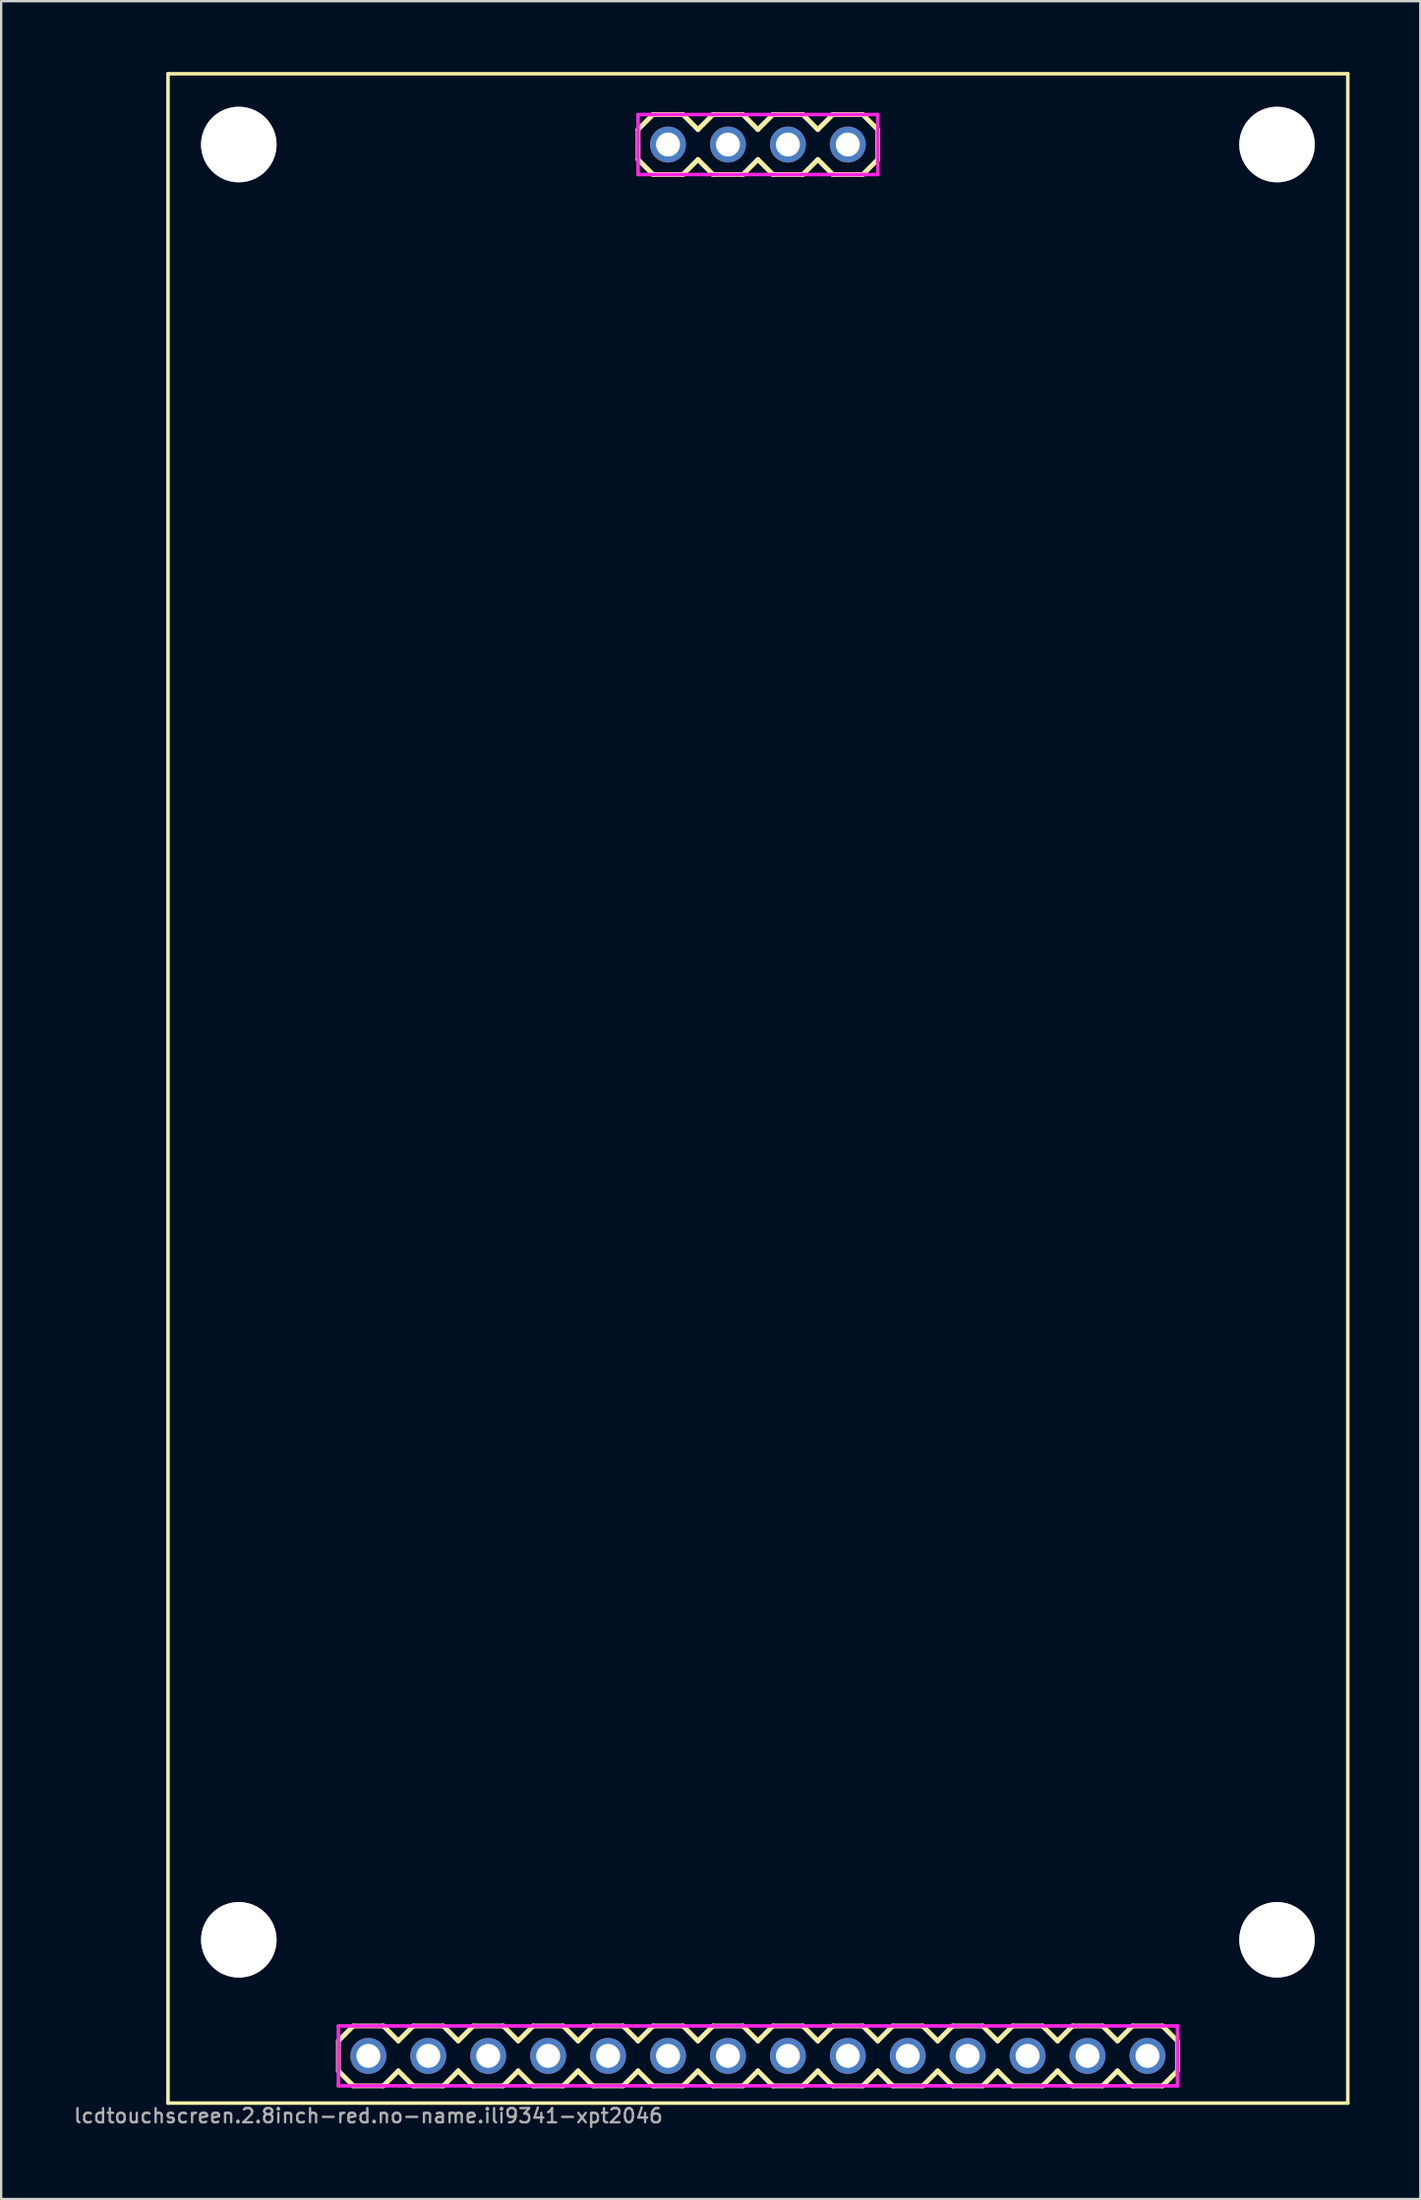
<source format=kicad_pcb>
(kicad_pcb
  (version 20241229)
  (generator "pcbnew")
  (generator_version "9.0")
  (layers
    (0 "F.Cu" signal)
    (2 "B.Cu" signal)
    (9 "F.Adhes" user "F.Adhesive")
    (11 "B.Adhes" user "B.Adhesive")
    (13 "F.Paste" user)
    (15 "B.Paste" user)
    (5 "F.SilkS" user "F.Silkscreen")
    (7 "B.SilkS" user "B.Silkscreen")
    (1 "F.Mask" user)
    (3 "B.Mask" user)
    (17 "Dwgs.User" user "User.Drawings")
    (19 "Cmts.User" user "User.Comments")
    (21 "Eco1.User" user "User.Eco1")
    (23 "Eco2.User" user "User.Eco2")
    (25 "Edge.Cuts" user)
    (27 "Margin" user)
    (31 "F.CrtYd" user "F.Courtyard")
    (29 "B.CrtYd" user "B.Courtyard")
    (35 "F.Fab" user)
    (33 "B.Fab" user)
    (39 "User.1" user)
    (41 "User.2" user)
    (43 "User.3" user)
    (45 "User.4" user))
  (footprint "lcdtouchscreen.2.8inch-red.no-name.ili9341-xpt2046"
    (layer "F.Cu")
    (at 12.561 84.075)
    (property "Reference" "lcdtouchscreen.2.8inch-red.no-name.ili9341-xpt2046" (at 0 2.54 0) (layer "F.Fab") (effects (font (size 0.6 0.6) (thickness 0.1))))
    (attr through_hole)
    (fp_line (start -8.49 -84) (end 41.51 -84) (stroke (width 0.15) (type solid)) (layer "F.SilkS"))
    (fp_line (start -8.49 2) (end -8.49 -84) (stroke (width 0.15) (type solid)) (layer "F.SilkS"))
    (fp_line (start -8.49 2) (end 41.51 2) (stroke (width 0.15) (type solid)) (layer "F.SilkS"))
    (fp_line (start -1.27 -0.635) (end -1.27 0.635) (stroke (width 0.203) (type solid)) (layer "F.SilkS"))
    (fp_line (start -1.27 0.635) (end -0.635 1.27) (stroke (width 0.203) (type solid)) (layer "F.SilkS"))
    (fp_line (start -0.635 -1.27) (end -1.27 -0.635) (stroke (width 0.203) (type solid)) (layer "F.SilkS"))
    (fp_line (start -0.635 -1.27) (end 0.635 -1.27) (stroke (width 0.203) (type solid)) (layer "F.SilkS"))
    (fp_line (start 0.635 -1.27) (end 1.27 -0.635) (stroke (width 0.203) (type solid)) (layer "F.SilkS"))
    (fp_line (start 0.635 1.27) (end -0.635 1.27) (stroke (width 0.203) (type solid)) (layer "F.SilkS"))
    (fp_line (start 1.27 -0.635) (end 1.905 -1.27) (stroke (width 0.203) (type solid)) (layer "F.SilkS"))
    (fp_line (start 1.27 0.635) (end 0.635 1.27) (stroke (width 0.203) (type solid)) (layer "F.SilkS"))
    (fp_line (start 1.905 -1.27) (end 3.175 -1.27) (stroke (width 0.203) (type solid)) (layer "F.SilkS"))
    (fp_line (start 1.905 1.27) (end 1.27 0.635) (stroke (width 0.203) (type solid)) (layer "F.SilkS"))
    (fp_line (start 3.175 -1.27) (end 3.81 -0.635) (stroke (width 0.203) (type solid)) (layer "F.SilkS"))
    (fp_line (start 3.175 1.27) (end 1.905 1.27) (stroke (width 0.203) (type solid)) (layer "F.SilkS"))
    (fp_line (start 3.81 -0.635) (end 4.445 -1.27) (stroke (width 0.203) (type solid)) (layer "F.SilkS"))
    (fp_line (start 3.81 0.635) (end 3.175 1.27) (stroke (width 0.203) (type solid)) (layer "F.SilkS"))
    (fp_line (start 4.445 -1.27) (end 5.715 -1.27) (stroke (width 0.203) (type solid)) (layer "F.SilkS"))
    (fp_line (start 4.445 1.27) (end 3.81 0.635) (stroke (width 0.203) (type solid)) (layer "F.SilkS"))
    (fp_line (start 5.715 -1.27) (end 6.35 -0.635) (stroke (width 0.203) (type solid)) (layer "F.SilkS"))
    (fp_line (start 5.715 1.27) (end 4.445 1.27) (stroke (width 0.203) (type solid)) (layer "F.SilkS"))
    (fp_line (start 6.35 0.635) (end 5.715 1.27) (stroke (width 0.203) (type solid)) (layer "F.SilkS"))
    (fp_line (start 6.35 0.635) (end 6.985 1.27) (stroke (width 0.203) (type solid)) (layer "F.SilkS"))
    (fp_line (start 6.985 -1.27) (end 6.35 -0.635) (stroke (width 0.203) (type solid)) (layer "F.SilkS"))
    (fp_line (start 6.985 -1.27) (end 8.255 -1.27) (stroke (width 0.203) (type solid)) (layer "F.SilkS"))
    (fp_line (start 8.255 -1.27) (end 8.89 -0.635) (stroke (width 0.203) (type solid)) (layer "F.SilkS"))
    (fp_line (start 8.255 1.27) (end 6.985 1.27) (stroke (width 0.203) (type solid)) (layer "F.SilkS"))
    (fp_line (start 8.89 -0.635) (end 9.525 -1.27) (stroke (width 0.203) (type solid)) (layer "F.SilkS"))
    (fp_line (start 8.89 0.635) (end 8.255 1.27) (stroke (width 0.203) (type solid)) (layer "F.SilkS"))
    (fp_line (start 9.525 -1.27) (end 10.795 -1.27) (stroke (width 0.203) (type solid)) (layer "F.SilkS"))
    (fp_line (start 9.525 1.27) (end 8.89 0.635) (stroke (width 0.203) (type solid)) (layer "F.SilkS"))
    (fp_line (start 10.795 -1.27) (end 11.43 -0.635) (stroke (width 0.203) (type solid)) (layer "F.SilkS"))
    (fp_line (start 10.795 1.27) (end 9.525 1.27) (stroke (width 0.203) (type solid)) (layer "F.SilkS"))
    (fp_line (start 11.43 -81.635) (end 11.43 -80.365) (stroke (width 0.203) (type solid)) (layer "F.SilkS"))
    (fp_line (start 11.43 -80.365) (end 12.065 -79.73) (stroke (width 0.203) (type solid)) (layer "F.SilkS"))
    (fp_line (start 11.43 -0.635) (end 12.065 -1.27) (stroke (width 0.203) (type solid)) (layer "F.SilkS"))
    (fp_line (start 11.43 0.635) (end 10.795 1.27) (stroke (width 0.203) (type solid)) (layer "F.SilkS"))
    (fp_line (start 12.065 -82.27) (end 11.43 -81.635) (stroke (width 0.203) (type solid)) (layer "F.SilkS"))
    (fp_line (start 12.065 -82.27) (end 13.335 -82.27) (stroke (width 0.203) (type solid)) (layer "F.SilkS"))
    (fp_line (start 12.065 -1.27) (end 13.335 -1.27) (stroke (width 0.203) (type solid)) (layer "F.SilkS"))
    (fp_line (start 12.065 1.27) (end 11.43 0.635) (stroke (width 0.203) (type solid)) (layer "F.SilkS"))
    (fp_line (start 13.335 -82.27) (end 13.97 -81.635) (stroke (width 0.203) (type solid)) (layer "F.SilkS"))
    (fp_line (start 13.335 -79.73) (end 12.065 -79.73) (stroke (width 0.203) (type solid)) (layer "F.SilkS"))
    (fp_line (start 13.335 -1.27) (end 13.97 -0.635) (stroke (width 0.203) (type solid)) (layer "F.SilkS"))
    (fp_line (start 13.335 1.27) (end 12.065 1.27) (stroke (width 0.203) (type solid)) (layer "F.SilkS"))
    (fp_line (start 13.97 -81.635) (end 14.605 -82.27) (stroke (width 0.203) (type solid)) (layer "F.SilkS"))
    (fp_line (start 13.97 -80.365) (end 13.335 -79.73) (stroke (width 0.203) (type solid)) (layer "F.SilkS"))
    (fp_line (start 13.97 0.635) (end 13.335 1.27) (stroke (width 0.203) (type solid)) (layer "F.SilkS"))
    (fp_line (start 13.97 0.635) (end 14.605 1.27) (stroke (width 0.203) (type solid)) (layer "F.SilkS"))
    (fp_line (start 14.605 -82.27) (end 15.875 -82.27) (stroke (width 0.203) (type solid)) (layer "F.SilkS"))
    (fp_line (start 14.605 -79.73) (end 13.97 -80.365) (stroke (width 0.203) (type solid)) (layer "F.SilkS"))
    (fp_line (start 14.605 -1.27) (end 13.97 -0.635) (stroke (width 0.203) (type solid)) (layer "F.SilkS"))
    (fp_line (start 14.605 -1.27) (end 15.875 -1.27) (stroke (width 0.203) (type solid)) (layer "F.SilkS"))
    (fp_line (start 15.875 -82.27) (end 16.51 -81.635) (stroke (width 0.203) (type solid)) (layer "F.SilkS"))
    (fp_line (start 15.875 -79.73) (end 14.605 -79.73) (stroke (width 0.203) (type solid)) (layer "F.SilkS"))
    (fp_line (start 15.875 -1.27) (end 16.51 -0.635) (stroke (width 0.203) (type solid)) (layer "F.SilkS"))
    (fp_line (start 15.875 1.27) (end 14.605 1.27) (stroke (width 0.203) (type solid)) (layer "F.SilkS"))
    (fp_line (start 16.51 -81.635) (end 17.145 -82.27) (stroke (width 0.203) (type solid)) (layer "F.SilkS"))
    (fp_line (start 16.51 -80.365) (end 15.875 -79.73) (stroke (width 0.203) (type solid)) (layer "F.SilkS"))
    (fp_line (start 16.51 0.635) (end 15.875 1.27) (stroke (width 0.203) (type solid)) (layer "F.SilkS"))
    (fp_line (start 16.51 0.635) (end 17.145 1.27) (stroke (width 0.203) (type solid)) (layer "F.SilkS"))
    (fp_line (start 17.145 -82.27) (end 18.415 -82.27) (stroke (width 0.203) (type solid)) (layer "F.SilkS"))
    (fp_line (start 17.145 -79.73) (end 16.51 -80.365) (stroke (width 0.203) (type solid)) (layer "F.SilkS"))
    (fp_line (start 17.145 -1.27) (end 16.51 -0.635) (stroke (width 0.203) (type solid)) (layer "F.SilkS"))
    (fp_line (start 17.145 -1.27) (end 18.415 -1.27) (stroke (width 0.203) (type solid)) (layer "F.SilkS"))
    (fp_line (start 18.415 -82.27) (end 19.05 -81.635) (stroke (width 0.203) (type solid)) (layer "F.SilkS"))
    (fp_line (start 18.415 -79.73) (end 17.145 -79.73) (stroke (width 0.203) (type solid)) (layer "F.SilkS"))
    (fp_line (start 18.415 -1.27) (end 19.05 -0.635) (stroke (width 0.203) (type solid)) (layer "F.SilkS"))
    (fp_line (start 18.415 1.27) (end 17.145 1.27) (stroke (width 0.203) (type solid)) (layer "F.SilkS"))
    (fp_line (start 19.05 -80.365) (end 18.415 -79.73) (stroke (width 0.203) (type solid)) (layer "F.SilkS"))
    (fp_line (start 19.05 -80.365) (end 19.685 -79.73) (stroke (width 0.203) (type solid)) (layer "F.SilkS"))
    (fp_line (start 19.05 -0.635) (end 19.685 -1.27) (stroke (width 0.203) (type solid)) (layer "F.SilkS"))
    (fp_line (start 19.05 0.635) (end 18.415 1.27) (stroke (width 0.203) (type solid)) (layer "F.SilkS"))
    (fp_line (start 19.685 -82.27) (end 19.05 -81.635) (stroke (width 0.203) (type solid)) (layer "F.SilkS"))
    (fp_line (start 19.685 -82.27) (end 20.955 -82.27) (stroke (width 0.203) (type solid)) (layer "F.SilkS"))
    (fp_line (start 19.685 -1.27) (end 20.955 -1.27) (stroke (width 0.203) (type solid)) (layer "F.SilkS"))
    (fp_line (start 19.685 1.27) (end 19.05 0.635) (stroke (width 0.203) (type solid)) (layer "F.SilkS"))
    (fp_line (start 20.955 -82.27) (end 21.59 -81.635) (stroke (width 0.203) (type solid)) (layer "F.SilkS"))
    (fp_line (start 20.955 -79.73) (end 19.685 -79.73) (stroke (width 0.203) (type solid)) (layer "F.SilkS"))
    (fp_line (start 20.955 -1.27) (end 21.59 -0.635) (stroke (width 0.203) (type solid)) (layer "F.SilkS"))
    (fp_line (start 20.955 1.27) (end 19.685 1.27) (stroke (width 0.203) (type solid)) (layer "F.SilkS"))
    (fp_line (start 21.59 -81.635) (end 21.59 -80.365) (stroke (width 0.203) (type solid)) (layer "F.SilkS"))
    (fp_line (start 21.59 -80.365) (end 20.955 -79.73) (stroke (width 0.203) (type solid)) (layer "F.SilkS"))
    (fp_line (start 21.59 -0.635) (end 22.225 -1.27) (stroke (width 0.203) (type solid)) (layer "F.SilkS"))
    (fp_line (start 21.59 0.635) (end 20.955 1.27) (stroke (width 0.203) (type solid)) (layer "F.SilkS"))
    (fp_line (start 22.225 -1.27) (end 23.495 -1.27) (stroke (width 0.203) (type solid)) (layer "F.SilkS"))
    (fp_line (start 22.225 1.27) (end 21.59 0.635) (stroke (width 0.203) (type solid)) (layer "F.SilkS"))
    (fp_line (start 23.495 -1.27) (end 24.13 -0.635) (stroke (width 0.203) (type solid)) (layer "F.SilkS"))
    (fp_line (start 23.495 1.27) (end 22.225 1.27) (stroke (width 0.203) (type solid)) (layer "F.SilkS"))
    (fp_line (start 24.13 0.635) (end 23.495 1.27) (stroke (width 0.203) (type solid)) (layer "F.SilkS"))
    (fp_line (start 24.13 0.635) (end 24.765 1.27) (stroke (width 0.203) (type solid)) (layer "F.SilkS"))
    (fp_line (start 24.765 -1.27) (end 24.13 -0.635) (stroke (width 0.203) (type solid)) (layer "F.SilkS"))
    (fp_line (start 24.765 -1.27) (end 26.035 -1.27) (stroke (width 0.203) (type solid)) (layer "F.SilkS"))
    (fp_line (start 26.035 -1.27) (end 26.67 -0.635) (stroke (width 0.203) (type solid)) (layer "F.SilkS"))
    (fp_line (start 26.035 1.27) (end 24.765 1.27) (stroke (width 0.203) (type solid)) (layer "F.SilkS"))
    (fp_line (start 26.67 -0.635) (end 27.305 -1.27) (stroke (width 0.203) (type solid)) (layer "F.SilkS"))
    (fp_line (start 26.67 0.635) (end 26.035 1.27) (stroke (width 0.203) (type solid)) (layer "F.SilkS"))
    (fp_line (start 27.305 -1.27) (end 28.575 -1.27) (stroke (width 0.203) (type solid)) (layer "F.SilkS"))
    (fp_line (start 27.305 1.27) (end 26.67 0.635) (stroke (width 0.203) (type solid)) (layer "F.SilkS"))
    (fp_line (start 28.575 -1.27) (end 29.21 -0.635) (stroke (width 0.203) (type solid)) (layer "F.SilkS"))
    (fp_line (start 28.575 1.27) (end 27.305 1.27) (stroke (width 0.203) (type solid)) (layer "F.SilkS"))
    (fp_line (start 29.21 -0.635) (end 29.845 -1.27) (stroke (width 0.203) (type solid)) (layer "F.SilkS"))
    (fp_line (start 29.21 0.635) (end 28.575 1.27) (stroke (width 0.203) (type solid)) (layer "F.SilkS"))
    (fp_line (start 29.845 -1.27) (end 31.115 -1.27) (stroke (width 0.203) (type solid)) (layer "F.SilkS"))
    (fp_line (start 29.845 1.27) (end 29.21 0.635) (stroke (width 0.203) (type solid)) (layer "F.SilkS"))
    (fp_line (start 31.115 -1.27) (end 31.75 -0.635) (stroke (width 0.203) (type solid)) (layer "F.SilkS"))
    (fp_line (start 31.115 1.27) (end 29.845 1.27) (stroke (width 0.203) (type solid)) (layer "F.SilkS"))
    (fp_line (start 31.75 0.635) (end 31.115 1.27) (stroke (width 0.203) (type solid)) (layer "F.SilkS"))
    (fp_line (start 31.75 0.635) (end 32.385 1.27) (stroke (width 0.203) (type solid)) (layer "F.SilkS"))
    (fp_line (start 32.385 -1.27) (end 31.75 -0.635) (stroke (width 0.203) (type solid)) (layer "F.SilkS"))
    (fp_line (start 32.385 -1.27) (end 33.655 -1.27) (stroke (width 0.203) (type solid)) (layer "F.SilkS"))
    (fp_line (start 33.655 -1.27) (end 34.29 -0.635) (stroke (width 0.203) (type solid)) (layer "F.SilkS"))
    (fp_line (start 33.655 1.27) (end 32.385 1.27) (stroke (width 0.203) (type solid)) (layer "F.SilkS"))
    (fp_line (start 34.29 -0.635) (end 34.29 0.635) (stroke (width 0.203) (type solid)) (layer "F.SilkS"))
    (fp_line (start 34.29 0.635) (end 33.655 1.27) (stroke (width 0.203) (type solid)) (layer "F.SilkS"))
    (fp_line (start 41.51 -84) (end 41.51 2) (stroke (width 0.15) (type solid)) (layer "F.SilkS"))
    (fp_line (start -1.27 -1.27) (end -1.27 1.27) (stroke (width 0.15) (type solid)) (layer "F.CrtYd"))
    (fp_line (start -1.27 1.27) (end 34.29 1.27) (stroke (width 0.15) (type solid)) (layer "F.CrtYd"))
    (fp_line (start 11.43 -82.27) (end 11.43 -79.73) (stroke (width 0.15) (type solid)) (layer "F.CrtYd"))
    (fp_line (start 11.43 -82.27) (end 21.59 -82.27) (stroke (width 0.15) (type solid)) (layer "F.CrtYd"))
    (fp_line (start 21.59 -82.27) (end 21.59 -79.73) (stroke (width 0.15) (type solid)) (layer "F.CrtYd"))
    (fp_line (start 21.59 -79.73) (end 11.43 -79.73) (stroke (width 0.15) (type solid)) (layer "F.CrtYd"))
    (fp_line (start 34.29 -1.27) (end -1.27 -1.27) (stroke (width 0.15) (type solid)) (layer "F.CrtYd"))
    (fp_line (start 34.29 1.27) (end 34.29 -1.27) (stroke (width 0.15) (type solid)) (layer "F.CrtYd"))
    (pad "" thru_hole circle (at -5.49 -81) (size 3.2 3.2) (drill 3.2) (layers "*.Cu" "*.Mask"))
    (pad "" thru_hole circle (at -5.49 -4.92) (size 3.2 3.2) (drill 3.2) (layers "*.Cu" "*.Mask"))
    (pad "" thru_hole circle (at 38.51 -81) (size 3.2 3.2) (drill 3.2) (layers "*.Cu" "*.Mask"))
    (pad "" thru_hole circle (at 38.51 -4.92) (size 3.2 3.2) (drill 3.2) (layers "*.Cu" "*.Mask"))
    (pad "1" thru_hole oval (at 0 0 90) (size 1.524 1.524) (drill 1.016) (layers "*.Cu" "*.Mask"))
    (pad "2" thru_hole oval (at 2.54 0 90) (size 1.524 1.524) (drill 1.016) (layers "*.Cu" "*.Mask"))
    (pad "3" thru_hole oval (at 5.08 0 90) (size 1.524 1.524) (drill 1.016) (layers "*.Cu" "*.Mask"))
    (pad "4" thru_hole oval (at 7.62 0 90) (size 1.524 1.524) (drill 1.016) (layers "*.Cu" "*.Mask"))
    (pad "5" thru_hole oval (at 10.16 0 90) (size 1.524 1.524) (drill 1.016) (layers "*.Cu" "*.Mask"))
    (pad "6" thru_hole oval (at 12.7 0 90) (size 1.524 1.524) (drill 1.016) (layers "*.Cu" "*.Mask"))
    (pad "7" thru_hole oval (at 15.24 0 90) (size 1.524 1.524) (drill 1.016) (layers "*.Cu" "*.Mask"))
    (pad "8" thru_hole oval (at 17.78 0 90) (size 1.524 1.524) (drill 1.016) (layers "*.Cu" "*.Mask"))
    (pad "9" thru_hole oval (at 20.32 0 90) (size 1.524 1.524) (drill 1.016) (layers "*.Cu" "*.Mask"))
    (pad "10" thru_hole oval (at 22.86 0 90) (size 1.524 1.524) (drill 1.016) (layers "*.Cu" "*.Mask"))
    (pad "11" thru_hole oval (at 25.4 0 90) (size 1.524 1.524) (drill 1.016) (layers "*.Cu" "*.Mask"))
    (pad "12" thru_hole oval (at 27.94 0 90) (size 1.524 1.524) (drill 1.016) (layers "*.Cu" "*.Mask"))
    (pad "13" thru_hole oval (at 30.48 0 90) (size 1.524 1.524) (drill 1.016) (layers "*.Cu" "*.Mask"))
    (pad "14" thru_hole oval (at 33.02 0 90) (size 1.524 1.524) (drill 1.016) (layers "*.Cu" "*.Mask"))
    (pad "15" thru_hole oval (at 12.7 -81 90) (size 1.524 1.524) (drill 1.016) (layers "*.Cu" "*.Mask"))
    (pad "16" thru_hole oval (at 15.24 -81 90) (size 1.524 1.524) (drill 1.016) (layers "*.Cu" "*.Mask"))
    (pad "17" thru_hole oval (at 17.78 -81 90) (size 1.524 1.524) (drill 1.016) (layers "*.Cu" "*.Mask"))
    (pad "18" thru_hole oval (at 20.32 -81 90) (size 1.524 1.524) (drill 1.016) (layers "*.Cu" "*.Mask")))
  (gr_rect
    (start -3 -3)
    (end 57.146 90.141)
    (stroke (width 0.1) (type default))
    (fill no)
    (layer "Edge.Cuts")))
</source>
